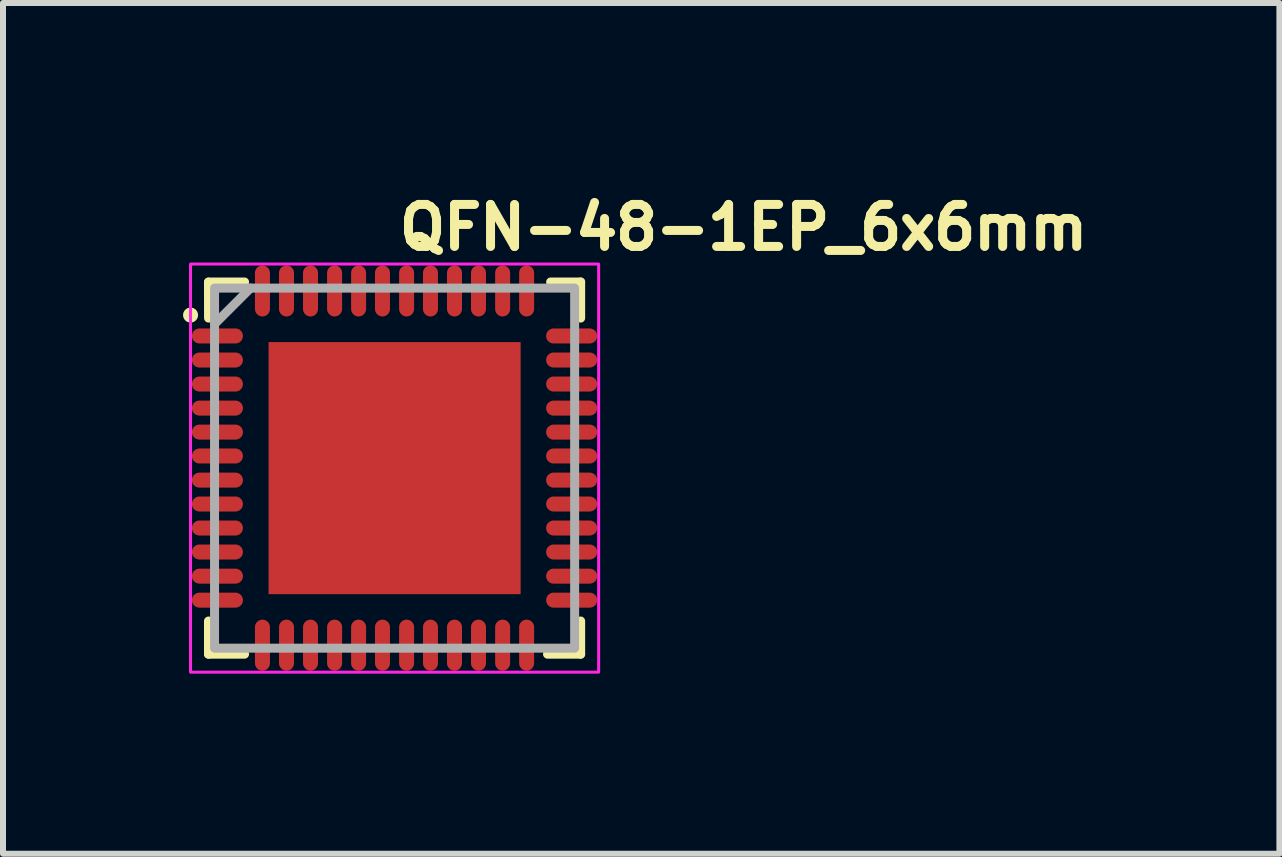
<source format=kicad_pcb>
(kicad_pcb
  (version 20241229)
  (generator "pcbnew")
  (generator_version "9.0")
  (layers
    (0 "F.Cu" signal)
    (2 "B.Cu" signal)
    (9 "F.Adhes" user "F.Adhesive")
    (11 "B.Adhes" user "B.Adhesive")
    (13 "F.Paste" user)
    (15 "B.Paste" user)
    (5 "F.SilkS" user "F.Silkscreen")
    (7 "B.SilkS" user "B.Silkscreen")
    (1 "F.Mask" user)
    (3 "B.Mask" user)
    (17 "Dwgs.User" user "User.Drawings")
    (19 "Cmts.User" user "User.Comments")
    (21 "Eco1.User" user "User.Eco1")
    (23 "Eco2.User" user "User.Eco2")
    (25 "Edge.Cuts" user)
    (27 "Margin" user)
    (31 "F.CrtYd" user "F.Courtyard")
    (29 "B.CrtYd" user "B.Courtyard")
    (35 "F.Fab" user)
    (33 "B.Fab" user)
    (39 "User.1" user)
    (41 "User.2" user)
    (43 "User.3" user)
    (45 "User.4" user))
  (footprint "QFN-48-1EP_6x6mm"
    (layer "F.Cu")
    (at 3.525 4.75)
    (property "Reference" "QFN-48-1EP_6x6mm" (at 0 -3.6 0) (layer "F.SilkS") (effects (font (size 0.7 0.7) (thickness 0.15)) (justify left bottom)))
    (attr smd)
    (fp_line (start -3.101 -3.1) (end -3.1 -2.5) (stroke (width 0.15) (type solid)) (layer "F.SilkS"))
    (fp_line (start -3.101 2.548) (end -3.101 3.1) (stroke (width 0.15) (type solid)) (layer "F.SilkS"))
    (fp_line (start -3.101 3.1) (end -2.5 3.1) (stroke (width 0.15) (type solid)) (layer "F.SilkS"))
    (fp_line (start -2.5 -3.101) (end -3.101 -3.1) (stroke (width 0.15) (type solid)) (layer "F.SilkS"))
    (fp_line (start 2.548 3.1) (end 3.1 3.1) (stroke (width 0.15) (type solid)) (layer "F.SilkS"))
    (fp_line (start 2.6 -3.101) (end 3.1 -3.101) (stroke (width 0.15) (type solid)) (layer "F.SilkS"))
    (fp_line (start 3.1 -3.101) (end 3.1 -2.5) (stroke (width 0.15) (type solid)) (layer "F.SilkS"))
    (fp_line (start 3.1 3.1) (end 3.1 2.548) (stroke (width 0.15) (type solid)) (layer "F.SilkS"))
    (fp_circle (center -3.4 -2.55) (end -3.35 -2.55) (stroke (width 0.15) (type solid)) (fill yes) (layer "F.SilkS"))
    (fp_rect (start -3.4 -3.4) (end 3.4 3.4) (stroke (width 0.05) (type solid)) (fill no) (layer "F.CrtYd"))
    (fp_line (start -3 -2.4) (end -2.4 -3) (stroke (width 0.15) (type solid)) (layer "F.Fab"))
    (fp_rect (start 3 3) (end -3 -3) (stroke (width 0.15) (type solid)) (fill no) (layer "F.Fab"))
    (fp_rect (start -3 -3) (end 3 3) (stroke (width 0.15) (type solid)) (fill no) (layer "User.5"))
    (fp_line (start -3 -3) (end -3 3) (stroke (width 0.01) (type solid)) (layer "User.9"))
    (fp_line (start -3 3) (end 3 3) (stroke (width 0.01) (type solid)) (layer "User.9"))
    (fp_line (start 3 -3) (end -3 -3) (stroke (width 0.01) (type solid)) (layer "User.9"))
    (fp_line (start 3 3) (end 3 -3) (stroke (width 0.01) (type solid)) (layer "User.9"))
    (fp_circle (center -2.4 -2.4) (end -2.248 -2.4) (stroke (width 0.02) (type solid)) (fill no) (layer "User.9"))
    (pad "" smd rect (at -1 -1) (size 1.8 1.8) (layers "F.Paste"))
    (pad "" smd rect (at -1 1) (size 1.8 1.8) (layers "F.Paste"))
    (pad "" smd rect (at 1 -1) (size 1.8 1.8) (layers "F.Paste"))
    (pad "" smd rect (at 1 1) (size 1.8 1.8) (layers "F.Paste"))
    (pad "1" smd oval (at -2.952 -2.202) (size 0.85 0.25) (layers "F.Cu" "F.Mask" "F.Paste"))
    (pad "2" smd oval (at -2.952 -1.801) (size 0.85 0.25) (layers "F.Cu" "F.Mask" "F.Paste"))
    (pad "3" smd oval (at -2.952 -1.401) (size 0.85 0.25) (layers "F.Cu" "F.Mask" "F.Paste"))
    (pad "4" smd oval (at -2.952 -1) (size 0.85 0.25) (layers "F.Cu" "F.Mask" "F.Paste"))
    (pad "5" smd oval (at -2.952 -0.6) (size 0.85 0.25) (layers "F.Cu" "F.Mask" "F.Paste"))
    (pad "6" smd oval (at -2.952 -0.202) (size 0.85 0.25) (layers "F.Cu" "F.Mask" "F.Paste"))
    (pad "7" smd oval (at -2.952 0.2) (size 0.85 0.25) (layers "F.Cu" "F.Mask" "F.Paste"))
    (pad "8" smd oval (at -2.952 0.598) (size 0.85 0.25) (layers "F.Cu" "F.Mask" "F.Paste"))
    (pad "9" smd oval (at -2.952 0.998) (size 0.85 0.25) (layers "F.Cu" "F.Mask" "F.Paste"))
    (pad "10" smd oval (at -2.952 1.398) (size 0.85 0.25) (layers "F.Cu" "F.Mask" "F.Paste"))
    (pad "11" smd oval (at -2.952 1.8) (size 0.85 0.25) (layers "F.Cu" "F.Mask" "F.Paste"))
    (pad "12" smd oval (at -2.952 2.2) (size 0.85 0.25) (layers "F.Cu" "F.Mask" "F.Paste"))
    (pad "13" smd oval (at -2.202 2.95 90) (size 0.85 0.25) (layers "F.Cu" "F.Mask" "F.Paste"))
    (pad "14" smd oval (at -1.801 2.95 90) (size 0.85 0.25) (layers "F.Cu" "F.Mask" "F.Paste"))
    (pad "15" smd oval (at -1.401 2.95 90) (size 0.85 0.25) (layers "F.Cu" "F.Mask" "F.Paste"))
    (pad "16" smd oval (at -1 2.95 90) (size 0.85 0.25) (layers "F.Cu" "F.Mask" "F.Paste"))
    (pad "17" smd oval (at -0.6 2.95 90) (size 0.85 0.25) (layers "F.Cu" "F.Mask" "F.Paste"))
    (pad "18" smd oval (at -0.202 2.95 90) (size 0.85 0.25) (layers "F.Cu" "F.Mask" "F.Paste"))
    (pad "19" smd oval (at 0.2 2.95 90) (size 0.85 0.25) (layers "F.Cu" "F.Mask" "F.Paste"))
    (pad "20" smd oval (at 0.598 2.95 90) (size 0.85 0.25) (layers "F.Cu" "F.Mask" "F.Paste"))
    (pad "21" smd oval (at 0.998 2.95 90) (size 0.85 0.25) (layers "F.Cu" "F.Mask" "F.Paste"))
    (pad "22" smd oval (at 1.398 2.95 90) (size 0.85 0.25) (layers "F.Cu" "F.Mask" "F.Paste"))
    (pad "23" smd oval (at 1.8 2.95 90) (size 0.85 0.25) (layers "F.Cu" "F.Mask" "F.Paste"))
    (pad "24" smd oval (at 2.2 2.95 90) (size 0.85 0.25) (layers "F.Cu" "F.Mask" "F.Paste"))
    (pad "25" smd oval (at 2.95 2.2) (size 0.85 0.25) (layers "F.Cu" "F.Mask" "F.Paste"))
    (pad "26" smd oval (at 2.95 1.8) (size 0.85 0.25) (layers "F.Cu" "F.Mask" "F.Paste"))
    (pad "27" smd oval (at 2.95 1.398) (size 0.85 0.25) (layers "F.Cu" "F.Mask" "F.Paste"))
    (pad "28" smd oval (at 2.95 0.998) (size 0.85 0.25) (layers "F.Cu" "F.Mask" "F.Paste"))
    (pad "29" smd oval (at 2.95 0.598) (size 0.85 0.25) (layers "F.Cu" "F.Mask" "F.Paste"))
    (pad "30" smd oval (at 2.95 0.2) (size 0.85 0.25) (layers "F.Cu" "F.Mask" "F.Paste"))
    (pad "31" smd oval (at 2.95 -0.202) (size 0.85 0.25) (layers "F.Cu" "F.Mask" "F.Paste"))
    (pad "32" smd oval (at 2.95 -0.6) (size 0.85 0.25) (layers "F.Cu" "F.Mask" "F.Paste"))
    (pad "33" smd oval (at 2.95 -1) (size 0.85 0.25) (layers "F.Cu" "F.Mask" "F.Paste"))
    (pad "34" smd oval (at 2.95 -1.401) (size 0.85 0.25) (layers "F.Cu" "F.Mask" "F.Paste"))
    (pad "35" smd oval (at 2.95 -1.801) (size 0.85 0.25) (layers "F.Cu" "F.Mask" "F.Paste"))
    (pad "36" smd oval (at 2.95 -2.202) (size 0.85 0.25) (layers "F.Cu" "F.Mask" "F.Paste"))
    (pad "37" smd oval (at 2.2 -2.952 90) (size 0.85 0.25) (layers "F.Cu" "F.Mask" "F.Paste"))
    (pad "38" smd oval (at 1.8 -2.952 90) (size 0.85 0.25) (layers "F.Cu" "F.Mask" "F.Paste"))
    (pad "39" smd oval (at 1.398 -2.952 90) (size 0.85 0.25) (layers "F.Cu" "F.Mask" "F.Paste"))
    (pad "40" smd oval (at 0.998 -2.952 90) (size 0.85 0.25) (layers "F.Cu" "F.Mask" "F.Paste"))
    (pad "41" smd oval (at 0.598 -2.952 90) (size 0.85 0.25) (layers "F.Cu" "F.Mask" "F.Paste"))
    (pad "42" smd oval (at 0.2 -2.952 90) (size 0.85 0.25) (layers "F.Cu" "F.Mask" "F.Paste"))
    (pad "43" smd oval (at -0.202 -2.952 90) (size 0.85 0.25) (layers "F.Cu" "F.Mask" "F.Paste"))
    (pad "44" smd oval (at -0.6 -2.952 90) (size 0.85 0.25) (layers "F.Cu" "F.Mask" "F.Paste"))
    (pad "45" smd oval (at -1 -2.952 90) (size 0.85 0.25) (layers "F.Cu" "F.Mask" "F.Paste"))
    (pad "46" smd oval (at -1.401 -2.952 90) (size 0.85 0.25) (layers "F.Cu" "F.Mask" "F.Paste"))
    (pad "47" smd oval (at -1.801 -2.952 90) (size 0.85 0.25) (layers "F.Cu" "F.Mask" "F.Paste"))
    (pad "48" smd oval (at -2.202 -2.952 90) (size 0.85 0.25) (layers "F.Cu" "F.Mask" "F.Paste"))
    (pad "49" smd rect (at 0 0) (size 4.2 4.2) (layers "F.Cu" "F.Mask")))
  (gr_rect
    (start -3 -3)
    (end 18.268 11.175)
    (stroke (width 0.1) (type default))
    (fill no)
    (layer "Edge.Cuts")))
</source>
